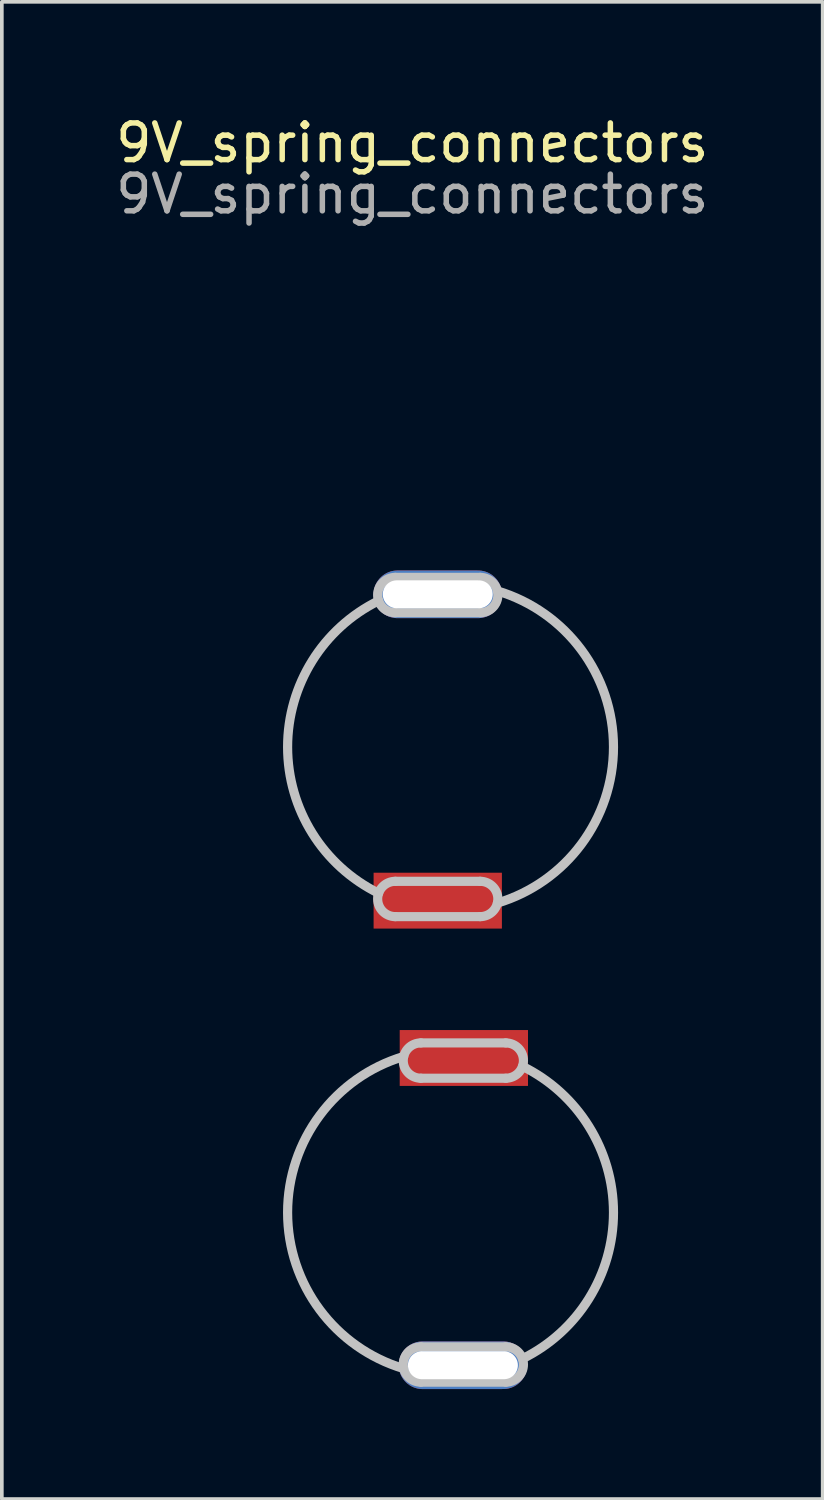
<source format=kicad_pcb>
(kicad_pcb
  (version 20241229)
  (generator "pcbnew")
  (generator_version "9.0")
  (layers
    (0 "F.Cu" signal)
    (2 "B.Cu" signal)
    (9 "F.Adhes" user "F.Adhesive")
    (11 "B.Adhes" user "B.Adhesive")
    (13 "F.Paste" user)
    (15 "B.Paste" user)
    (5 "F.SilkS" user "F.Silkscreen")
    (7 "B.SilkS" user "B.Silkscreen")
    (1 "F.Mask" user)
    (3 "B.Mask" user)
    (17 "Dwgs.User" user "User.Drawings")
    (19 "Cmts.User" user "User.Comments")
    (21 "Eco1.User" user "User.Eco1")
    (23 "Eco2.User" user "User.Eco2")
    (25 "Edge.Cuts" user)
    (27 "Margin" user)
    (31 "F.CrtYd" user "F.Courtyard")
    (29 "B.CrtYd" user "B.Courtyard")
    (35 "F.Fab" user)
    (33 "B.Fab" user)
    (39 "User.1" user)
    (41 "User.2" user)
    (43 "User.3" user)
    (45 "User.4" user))
  (footprint "9V_spring_connectors"
    (layer "F.Cu")
    (at 9.339 23.607)
    (property "Reference" "9V_spring_connectors" (at -1.143 -22.758 0) (unlocked yes) (layer "F.SilkS") (effects (font (size 1 1) (thickness 0.15))))
    (attr through_hole)
    (fp_line (start -1.605 -9.942) (end 0.711 -9.942) (stroke (width 0.25) (type solid)) (layer "Dwgs.User"))
    (fp_line (start -1.605 -1.651) (end 0.711 -1.651) (stroke (width 0.25) (type solid)) (layer "Dwgs.User"))
    (fp_line (start -0.907 2.758) (end 1.409 2.758) (stroke (width 0.25) (type solid)) (layer "Dwgs.User"))
    (fp_line (start -0.907 11.049) (end 1.409 11.049) (stroke (width 0.25) (type solid)) (layer "Dwgs.User"))
    (fp_line (start 0.711 -10.906) (end -1.605 -10.906) (stroke (width 0.25) (type solid)) (layer "Dwgs.User"))
    (fp_line (start 0.711 -2.614) (end -1.605 -2.614) (stroke (width 0.25) (type solid)) (layer "Dwgs.User"))
    (fp_line (start 1.409 1.794) (end -0.907 1.794) (stroke (width 0.25) (type solid)) (layer "Dwgs.User"))
    (fp_line (start 1.409 10.086) (end -0.907 10.086) (stroke (width 0.25) (type solid)) (layer "Dwgs.User"))
    (fp_arc (start -2.059878 -2.28991) (mid -4.542908 -6.278481) (end -2.059878 -10.267052) (stroke (width 0.25) (type solid)) (layer "Dwgs.User"))
    (fp_arc (start -1.604505 -9.942493) (mid -2.086241 -10.424228) (end -1.604505 -10.905962) (stroke (width 0.25) (type solid)) (layer "Dwgs.User"))
    (fp_arc (start -1.604505 -1.651) (mid -2.086241 -2.132735) (end -1.604505 -2.614469) (stroke (width 0.25) (type solid)) (layer "Dwgs.User"))
    (fp_arc (start -1.375633 10.678918) (mid -4.542908 6.421519) (end -1.375633 2.16412) (stroke (width 0.25) (type solid)) (layer "Dwgs.User"))
    (fp_arc (start -0.907016 2.757507) (mid -1.388747 2.275773) (end -0.907016 1.794038) (stroke (width 0.25) (type solid)) (layer "Dwgs.User"))
    (fp_arc (start -0.907016 11.049) (mid -1.388747 10.567266) (end -0.907016 10.085531) (stroke (width 0.25) (type solid)) (layer "Dwgs.User"))
    (fp_arc (start 0.7112 -10.905962) (mid 1.192934 -10.424228) (end 0.7112 -9.942493) (stroke (width 0.25) (type solid)) (layer "Dwgs.User"))
    (fp_arc (start 0.7112 -2.614469) (mid 1.192934 -2.132735) (end 0.7112 -1.651) (stroke (width 0.25) (type solid)) (layer "Dwgs.User"))
    (fp_arc (start 1.179817 -10.53588) (mid 4.347092 -6.278481) (end 1.179817 -2.021082) (stroke (width 0.25) (type solid)) (layer "Dwgs.User"))
    (fp_arc (start 1.408689 1.794038) (mid 1.890425 2.275773) (end 1.408689 2.757507) (stroke (width 0.25) (type solid)) (layer "Dwgs.User"))
    (fp_arc (start 1.408689 10.085531) (mid 1.890425 10.567266) (end 1.408689 11.049) (stroke (width 0.25) (type solid)) (layer "Dwgs.User"))
    (fp_arc (start 1.864062 2.432948) (mid 4.347092 6.421519) (end 1.864062 10.41009) (stroke (width 0.25) (type solid)) (layer "Dwgs.User"))
    (fp_text user "${REFERENCE}" (at -1.143 -21.361 0) (unlocked yes) (layer "F.Fab") (effects (font (size 1 1) (thickness 0.15))))
    (pad "1" thru_hole oval (at -0.447 -10.444) (size 3.5 1.3) (drill oval 3 0.762) (layers "*.Cu" "*.Mask"))
    (pad "1" smd rect (at -0.447 -2.087) (size 3.5 1.524) (layers "F.Cu" "F.Mask" "F.Paste"))
    (pad "2" thru_hole oval (at 0.239 10.587) (size 3.5 1.3) (drill oval 3 0.762) (layers "*.Cu" "*.Mask"))
    (pad "2" smd rect (at 0.265 2.205) (size 3.5 1.524) (layers "F.Cu" "F.Mask" "F.Paste")))
  (gr_rect
    (start -3 -3)
    (end 19.393 37.844)
    (stroke (width 0.1) (type default))
    (fill no)
    (layer "Edge.Cuts")))
</source>
